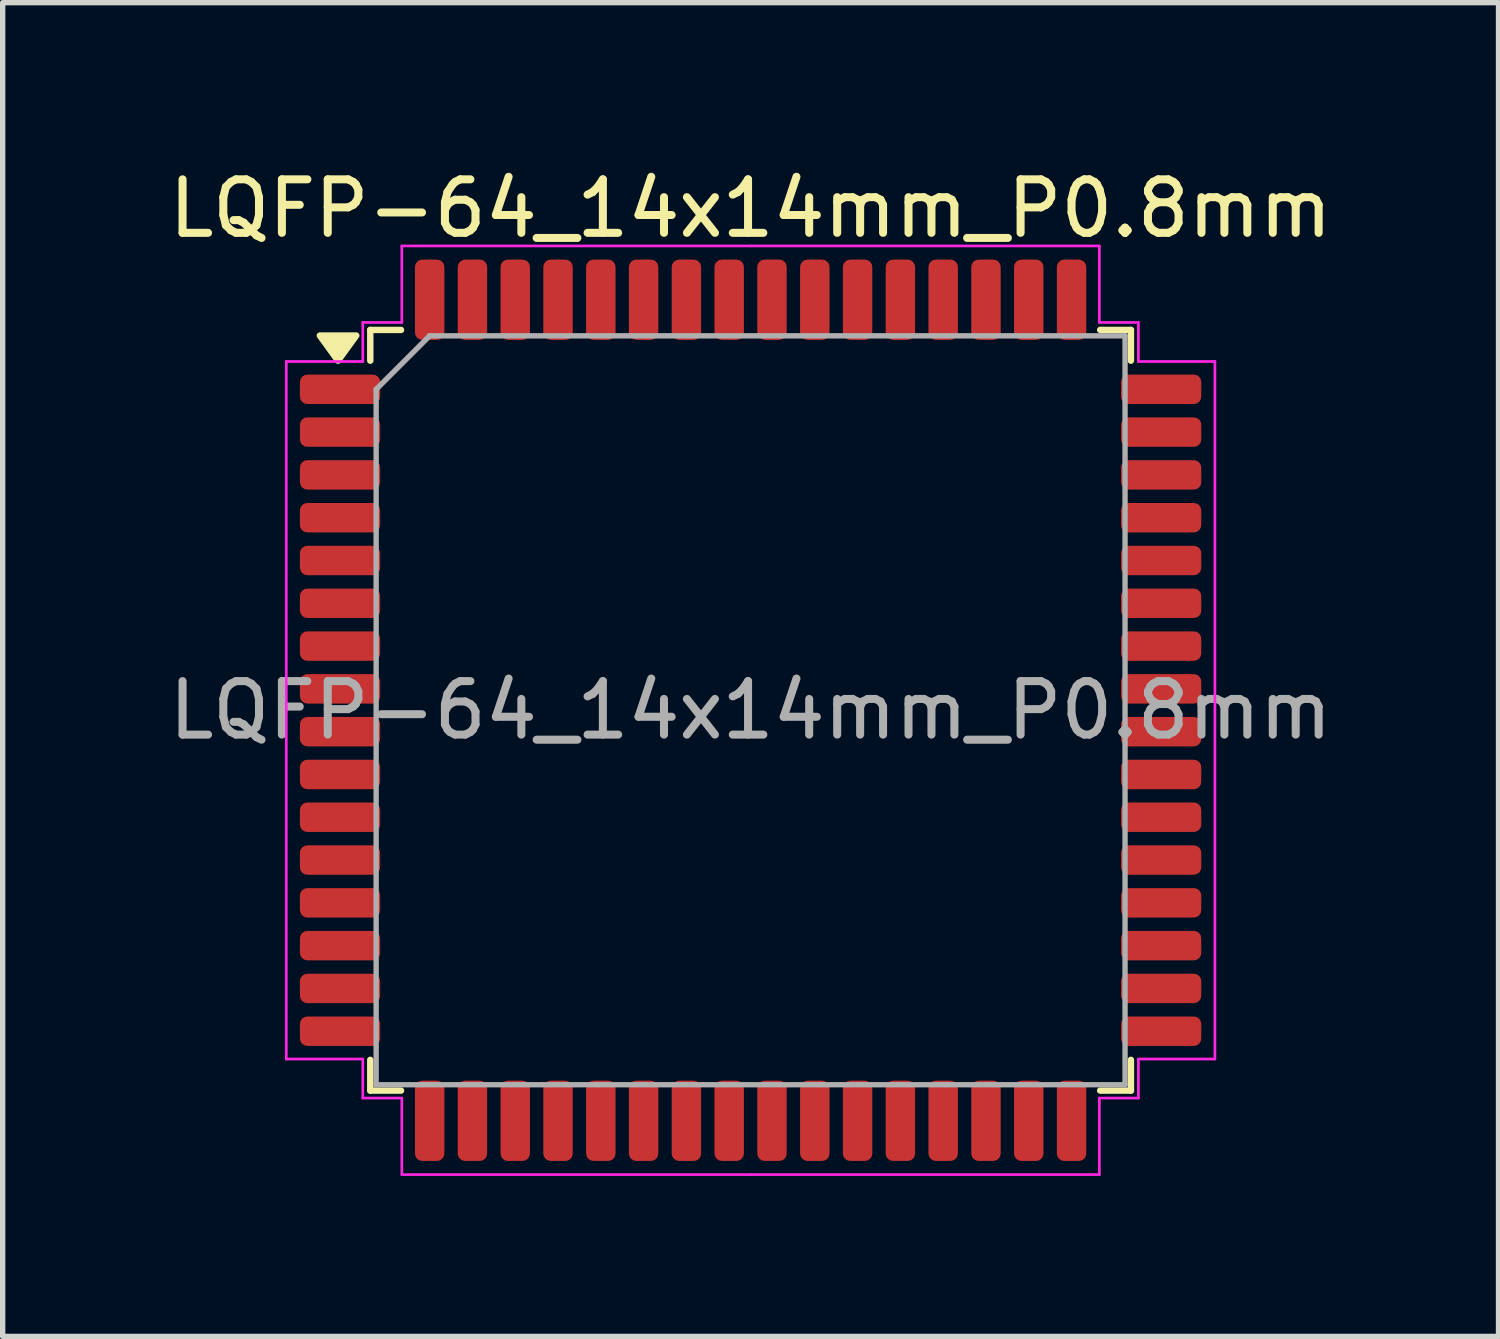
<source format=kicad_pcb>
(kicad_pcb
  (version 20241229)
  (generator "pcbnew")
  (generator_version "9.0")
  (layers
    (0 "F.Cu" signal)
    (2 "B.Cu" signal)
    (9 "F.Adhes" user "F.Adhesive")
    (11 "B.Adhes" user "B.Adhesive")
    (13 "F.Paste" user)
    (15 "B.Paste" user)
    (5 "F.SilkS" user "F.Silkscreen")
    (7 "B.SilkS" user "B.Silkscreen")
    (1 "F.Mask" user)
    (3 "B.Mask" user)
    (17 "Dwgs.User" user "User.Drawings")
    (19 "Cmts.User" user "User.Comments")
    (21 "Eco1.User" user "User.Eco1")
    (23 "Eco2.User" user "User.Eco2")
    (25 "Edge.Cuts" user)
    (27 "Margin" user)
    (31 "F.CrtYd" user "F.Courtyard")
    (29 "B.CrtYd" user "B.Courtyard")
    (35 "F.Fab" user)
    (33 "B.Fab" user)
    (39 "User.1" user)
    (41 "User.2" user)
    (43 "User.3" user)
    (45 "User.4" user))
  (footprint "LQFP-64_14x14mm_P0.8mm"
    (layer "F.Cu")
    (at 10.982 10.228)
    (property "Reference" "LQFP-64_14x14mm_P0.8mm" (at 0 -9.38 0) (layer "F.SilkS") (effects (font (size 1 1) (thickness 0.15))))
    (attr smd)
    (fp_line (start -7.11 -7.11) (end -7.11 -6.535) (stroke (width 0.12) (type solid)) (layer "F.SilkS"))
    (fp_line (start -7.11 7.11) (end -7.11 6.535) (stroke (width 0.12) (type solid)) (layer "F.SilkS"))
    (fp_line (start -6.535 -7.11) (end -7.11 -7.11) (stroke (width 0.12) (type solid)) (layer "F.SilkS"))
    (fp_line (start -6.535 7.11) (end -7.11 7.11) (stroke (width 0.12) (type solid)) (layer "F.SilkS"))
    (fp_line (start 6.535 -7.11) (end 7.11 -7.11) (stroke (width 0.12) (type solid)) (layer "F.SilkS"))
    (fp_line (start 6.535 7.11) (end 7.11 7.11) (stroke (width 0.12) (type solid)) (layer "F.SilkS"))
    (fp_line (start 7.11 -7.11) (end 7.11 -6.535) (stroke (width 0.12) (type solid)) (layer "F.SilkS"))
    (fp_line (start 7.11 7.11) (end 7.11 6.535) (stroke (width 0.12) (type solid)) (layer "F.SilkS"))
    (fp_poly (pts (xy -7.713 -6.535) (xy -8.053 -7.005) (xy -7.372 -7.005) (xy -7.713 -6.535)) (stroke (width 0.12) (type solid)) (fill yes) (layer "F.SilkS"))
    (fp_line (start -8.68 -6.52) (end -8.68 0) (stroke (width 0.05) (type solid)) (layer "F.CrtYd"))
    (fp_line (start -8.68 6.52) (end -8.68 0) (stroke (width 0.05) (type solid)) (layer "F.CrtYd"))
    (fp_line (start -7.25 -7.25) (end -7.25 -6.52) (stroke (width 0.05) (type solid)) (layer "F.CrtYd"))
    (fp_line (start -7.25 -6.52) (end -8.68 -6.52) (stroke (width 0.05) (type solid)) (layer "F.CrtYd"))
    (fp_line (start -7.25 6.52) (end -8.68 6.52) (stroke (width 0.05) (type solid)) (layer "F.CrtYd"))
    (fp_line (start -7.25 7.25) (end -7.25 6.52) (stroke (width 0.05) (type solid)) (layer "F.CrtYd"))
    (fp_line (start -6.52 -8.68) (end -6.52 -7.25) (stroke (width 0.05) (type solid)) (layer "F.CrtYd"))
    (fp_line (start -6.52 -7.25) (end -7.25 -7.25) (stroke (width 0.05) (type solid)) (layer "F.CrtYd"))
    (fp_line (start -6.52 7.25) (end -7.25 7.25) (stroke (width 0.05) (type solid)) (layer "F.CrtYd"))
    (fp_line (start -6.52 8.68) (end -6.52 7.25) (stroke (width 0.05) (type solid)) (layer "F.CrtYd"))
    (fp_line (start 0 -8.68) (end -6.52 -8.68) (stroke (width 0.05) (type solid)) (layer "F.CrtYd"))
    (fp_line (start 0 -8.68) (end 6.52 -8.68) (stroke (width 0.05) (type solid)) (layer "F.CrtYd"))
    (fp_line (start 0 8.68) (end -6.52 8.68) (stroke (width 0.05) (type solid)) (layer "F.CrtYd"))
    (fp_line (start 0 8.68) (end 6.52 8.68) (stroke (width 0.05) (type solid)) (layer "F.CrtYd"))
    (fp_line (start 6.52 -8.68) (end 6.52 -7.25) (stroke (width 0.05) (type solid)) (layer "F.CrtYd"))
    (fp_line (start 6.52 -7.25) (end 7.25 -7.25) (stroke (width 0.05) (type solid)) (layer "F.CrtYd"))
    (fp_line (start 6.52 7.25) (end 7.25 7.25) (stroke (width 0.05) (type solid)) (layer "F.CrtYd"))
    (fp_line (start 6.52 8.68) (end 6.52 7.25) (stroke (width 0.05) (type solid)) (layer "F.CrtYd"))
    (fp_line (start 7.25 -7.25) (end 7.25 -6.52) (stroke (width 0.05) (type solid)) (layer "F.CrtYd"))
    (fp_line (start 7.25 -6.52) (end 8.68 -6.52) (stroke (width 0.05) (type solid)) (layer "F.CrtYd"))
    (fp_line (start 7.25 6.52) (end 8.68 6.52) (stroke (width 0.05) (type solid)) (layer "F.CrtYd"))
    (fp_line (start 7.25 7.25) (end 7.25 6.52) (stroke (width 0.05) (type solid)) (layer "F.CrtYd"))
    (fp_line (start 8.68 -6.52) (end 8.68 0) (stroke (width 0.05) (type solid)) (layer "F.CrtYd"))
    (fp_line (start 8.68 6.52) (end 8.68 0) (stroke (width 0.05) (type solid)) (layer "F.CrtYd"))
    (fp_line (start -7 -6) (end -6 -7) (stroke (width 0.1) (type solid)) (layer "F.Fab"))
    (fp_line (start -7 7) (end -7 -6) (stroke (width 0.1) (type solid)) (layer "F.Fab"))
    (fp_line (start -6 -7) (end 7 -7) (stroke (width 0.1) (type solid)) (layer "F.Fab"))
    (fp_line (start 7 -7) (end 7 7) (stroke (width 0.1) (type solid)) (layer "F.Fab"))
    (fp_line (start 7 7) (end -7 7) (stroke (width 0.1) (type solid)) (layer "F.Fab"))
    (fp_text user "${REFERENCE}" (at 0 0 0) (layer "F.Fab") (effects (font (size 1 1) (thickness 0.15))))
    (pad "1" smd roundrect (at -7.675 -6) (size 1.5 0.55) (layers "F.Cu" "F.Mask" "F.Paste") (roundrect_rratio 0.25))
    (pad "2" smd roundrect (at -7.675 -5.2) (size 1.5 0.55) (layers "F.Cu" "F.Mask" "F.Paste") (roundrect_rratio 0.25))
    (pad "3" smd roundrect (at -7.675 -4.4) (size 1.5 0.55) (layers "F.Cu" "F.Mask" "F.Paste") (roundrect_rratio 0.25))
    (pad "4" smd roundrect (at -7.675 -3.6) (size 1.5 0.55) (layers "F.Cu" "F.Mask" "F.Paste") (roundrect_rratio 0.25))
    (pad "5" smd roundrect (at -7.675 -2.8) (size 1.5 0.55) (layers "F.Cu" "F.Mask" "F.Paste") (roundrect_rratio 0.25))
    (pad "6" smd roundrect (at -7.675 -2) (size 1.5 0.55) (layers "F.Cu" "F.Mask" "F.Paste") (roundrect_rratio 0.25))
    (pad "7" smd roundrect (at -7.675 -1.2) (size 1.5 0.55) (layers "F.Cu" "F.Mask" "F.Paste") (roundrect_rratio 0.25))
    (pad "8" smd roundrect (at -7.675 -0.4) (size 1.5 0.55) (layers "F.Cu" "F.Mask" "F.Paste") (roundrect_rratio 0.25))
    (pad "9" smd roundrect (at -7.675 0.4) (size 1.5 0.55) (layers "F.Cu" "F.Mask" "F.Paste") (roundrect_rratio 0.25))
    (pad "10" smd roundrect (at -7.675 1.2) (size 1.5 0.55) (layers "F.Cu" "F.Mask" "F.Paste") (roundrect_rratio 0.25))
    (pad "11" smd roundrect (at -7.675 2) (size 1.5 0.55) (layers "F.Cu" "F.Mask" "F.Paste") (roundrect_rratio 0.25))
    (pad "12" smd roundrect (at -7.675 2.8) (size 1.5 0.55) (layers "F.Cu" "F.Mask" "F.Paste") (roundrect_rratio 0.25))
    (pad "13" smd roundrect (at -7.675 3.6) (size 1.5 0.55) (layers "F.Cu" "F.Mask" "F.Paste") (roundrect_rratio 0.25))
    (pad "14" smd roundrect (at -7.675 4.4) (size 1.5 0.55) (layers "F.Cu" "F.Mask" "F.Paste") (roundrect_rratio 0.25))
    (pad "15" smd roundrect (at -7.675 5.2) (size 1.5 0.55) (layers "F.Cu" "F.Mask" "F.Paste") (roundrect_rratio 0.25))
    (pad "16" smd roundrect (at -7.675 6) (size 1.5 0.55) (layers "F.Cu" "F.Mask" "F.Paste") (roundrect_rratio 0.25))
    (pad "17" smd roundrect (at -6 7.675) (size 0.55 1.5) (layers "F.Cu" "F.Mask" "F.Paste") (roundrect_rratio 0.25))
    (pad "18" smd roundrect (at -5.2 7.675) (size 0.55 1.5) (layers "F.Cu" "F.Mask" "F.Paste") (roundrect_rratio 0.25))
    (pad "19" smd roundrect (at -4.4 7.675) (size 0.55 1.5) (layers "F.Cu" "F.Mask" "F.Paste") (roundrect_rratio 0.25))
    (pad "20" smd roundrect (at -3.6 7.675) (size 0.55 1.5) (layers "F.Cu" "F.Mask" "F.Paste") (roundrect_rratio 0.25))
    (pad "21" smd roundrect (at -2.8 7.675) (size 0.55 1.5) (layers "F.Cu" "F.Mask" "F.Paste") (roundrect_rratio 0.25))
    (pad "22" smd roundrect (at -2 7.675) (size 0.55 1.5) (layers "F.Cu" "F.Mask" "F.Paste") (roundrect_rratio 0.25))
    (pad "23" smd roundrect (at -1.2 7.675) (size 0.55 1.5) (layers "F.Cu" "F.Mask" "F.Paste") (roundrect_rratio 0.25))
    (pad "24" smd roundrect (at -0.4 7.675) (size 0.55 1.5) (layers "F.Cu" "F.Mask" "F.Paste") (roundrect_rratio 0.25))
    (pad "25" smd roundrect (at 0.4 7.675) (size 0.55 1.5) (layers "F.Cu" "F.Mask" "F.Paste") (roundrect_rratio 0.25))
    (pad "26" smd roundrect (at 1.2 7.675) (size 0.55 1.5) (layers "F.Cu" "F.Mask" "F.Paste") (roundrect_rratio 0.25))
    (pad "27" smd roundrect (at 2 7.675) (size 0.55 1.5) (layers "F.Cu" "F.Mask" "F.Paste") (roundrect_rratio 0.25))
    (pad "28" smd roundrect (at 2.8 7.675) (size 0.55 1.5) (layers "F.Cu" "F.Mask" "F.Paste") (roundrect_rratio 0.25))
    (pad "29" smd roundrect (at 3.6 7.675) (size 0.55 1.5) (layers "F.Cu" "F.Mask" "F.Paste") (roundrect_rratio 0.25))
    (pad "30" smd roundrect (at 4.4 7.675) (size 0.55 1.5) (layers "F.Cu" "F.Mask" "F.Paste") (roundrect_rratio 0.25))
    (pad "31" smd roundrect (at 5.2 7.675) (size 0.55 1.5) (layers "F.Cu" "F.Mask" "F.Paste") (roundrect_rratio 0.25))
    (pad "32" smd roundrect (at 6 7.675) (size 0.55 1.5) (layers "F.Cu" "F.Mask" "F.Paste") (roundrect_rratio 0.25))
    (pad "33" smd roundrect (at 7.675 6) (size 1.5 0.55) (layers "F.Cu" "F.Mask" "F.Paste") (roundrect_rratio 0.25))
    (pad "34" smd roundrect (at 7.675 5.2) (size 1.5 0.55) (layers "F.Cu" "F.Mask" "F.Paste") (roundrect_rratio 0.25))
    (pad "35" smd roundrect (at 7.675 4.4) (size 1.5 0.55) (layers "F.Cu" "F.Mask" "F.Paste") (roundrect_rratio 0.25))
    (pad "36" smd roundrect (at 7.675 3.6) (size 1.5 0.55) (layers "F.Cu" "F.Mask" "F.Paste") (roundrect_rratio 0.25))
    (pad "37" smd roundrect (at 7.675 2.8) (size 1.5 0.55) (layers "F.Cu" "F.Mask" "F.Paste") (roundrect_rratio 0.25))
    (pad "38" smd roundrect (at 7.675 2) (size 1.5 0.55) (layers "F.Cu" "F.Mask" "F.Paste") (roundrect_rratio 0.25))
    (pad "39" smd roundrect (at 7.675 1.2) (size 1.5 0.55) (layers "F.Cu" "F.Mask" "F.Paste") (roundrect_rratio 0.25))
    (pad "40" smd roundrect (at 7.675 0.4) (size 1.5 0.55) (layers "F.Cu" "F.Mask" "F.Paste") (roundrect_rratio 0.25))
    (pad "41" smd roundrect (at 7.675 -0.4) (size 1.5 0.55) (layers "F.Cu" "F.Mask" "F.Paste") (roundrect_rratio 0.25))
    (pad "42" smd roundrect (at 7.675 -1.2) (size 1.5 0.55) (layers "F.Cu" "F.Mask" "F.Paste") (roundrect_rratio 0.25))
    (pad "43" smd roundrect (at 7.675 -2) (size 1.5 0.55) (layers "F.Cu" "F.Mask" "F.Paste") (roundrect_rratio 0.25))
    (pad "44" smd roundrect (at 7.675 -2.8) (size 1.5 0.55) (layers "F.Cu" "F.Mask" "F.Paste") (roundrect_rratio 0.25))
    (pad "45" smd roundrect (at 7.675 -3.6) (size 1.5 0.55) (layers "F.Cu" "F.Mask" "F.Paste") (roundrect_rratio 0.25))
    (pad "46" smd roundrect (at 7.675 -4.4) (size 1.5 0.55) (layers "F.Cu" "F.Mask" "F.Paste") (roundrect_rratio 0.25))
    (pad "47" smd roundrect (at 7.675 -5.2) (size 1.5 0.55) (layers "F.Cu" "F.Mask" "F.Paste") (roundrect_rratio 0.25))
    (pad "48" smd roundrect (at 7.675 -6) (size 1.5 0.55) (layers "F.Cu" "F.Mask" "F.Paste") (roundrect_rratio 0.25))
    (pad "49" smd roundrect (at 6 -7.675) (size 0.55 1.5) (layers "F.Cu" "F.Mask" "F.Paste") (roundrect_rratio 0.25))
    (pad "50" smd roundrect (at 5.2 -7.675) (size 0.55 1.5) (layers "F.Cu" "F.Mask" "F.Paste") (roundrect_rratio 0.25))
    (pad "51" smd roundrect (at 4.4 -7.675) (size 0.55 1.5) (layers "F.Cu" "F.Mask" "F.Paste") (roundrect_rratio 0.25))
    (pad "52" smd roundrect (at 3.6 -7.675) (size 0.55 1.5) (layers "F.Cu" "F.Mask" "F.Paste") (roundrect_rratio 0.25))
    (pad "53" smd roundrect (at 2.8 -7.675) (size 0.55 1.5) (layers "F.Cu" "F.Mask" "F.Paste") (roundrect_rratio 0.25))
    (pad "54" smd roundrect (at 2 -7.675) (size 0.55 1.5) (layers "F.Cu" "F.Mask" "F.Paste") (roundrect_rratio 0.25))
    (pad "55" smd roundrect (at 1.2 -7.675) (size 0.55 1.5) (layers "F.Cu" "F.Mask" "F.Paste") (roundrect_rratio 0.25))
    (pad "56" smd roundrect (at 0.4 -7.675) (size 0.55 1.5) (layers "F.Cu" "F.Mask" "F.Paste") (roundrect_rratio 0.25))
    (pad "57" smd roundrect (at -0.4 -7.675) (size 0.55 1.5) (layers "F.Cu" "F.Mask" "F.Paste") (roundrect_rratio 0.25))
    (pad "58" smd roundrect (at -1.2 -7.675) (size 0.55 1.5) (layers "F.Cu" "F.Mask" "F.Paste") (roundrect_rratio 0.25))
    (pad "59" smd roundrect (at -2 -7.675) (size 0.55 1.5) (layers "F.Cu" "F.Mask" "F.Paste") (roundrect_rratio 0.25))
    (pad "60" smd roundrect (at -2.8 -7.675) (size 0.55 1.5) (layers "F.Cu" "F.Mask" "F.Paste") (roundrect_rratio 0.25))
    (pad "61" smd roundrect (at -3.6 -7.675) (size 0.55 1.5) (layers "F.Cu" "F.Mask" "F.Paste") (roundrect_rratio 0.25))
    (pad "62" smd roundrect (at -4.4 -7.675) (size 0.55 1.5) (layers "F.Cu" "F.Mask" "F.Paste") (roundrect_rratio 0.25))
    (pad "63" smd roundrect (at -5.2 -7.675) (size 0.55 1.5) (layers "F.Cu" "F.Mask" "F.Paste") (roundrect_rratio 0.25))
    (pad "64" smd roundrect (at -6 -7.675) (size 0.55 1.5) (layers "F.Cu" "F.Mask" "F.Paste") (roundrect_rratio 0.25)))
  (gr_rect
    (start -3 -3)
    (end 24.964 21.933)
    (stroke (width 0.1) (type default))
    (fill no)
    (layer "Edge.Cuts")))
</source>
